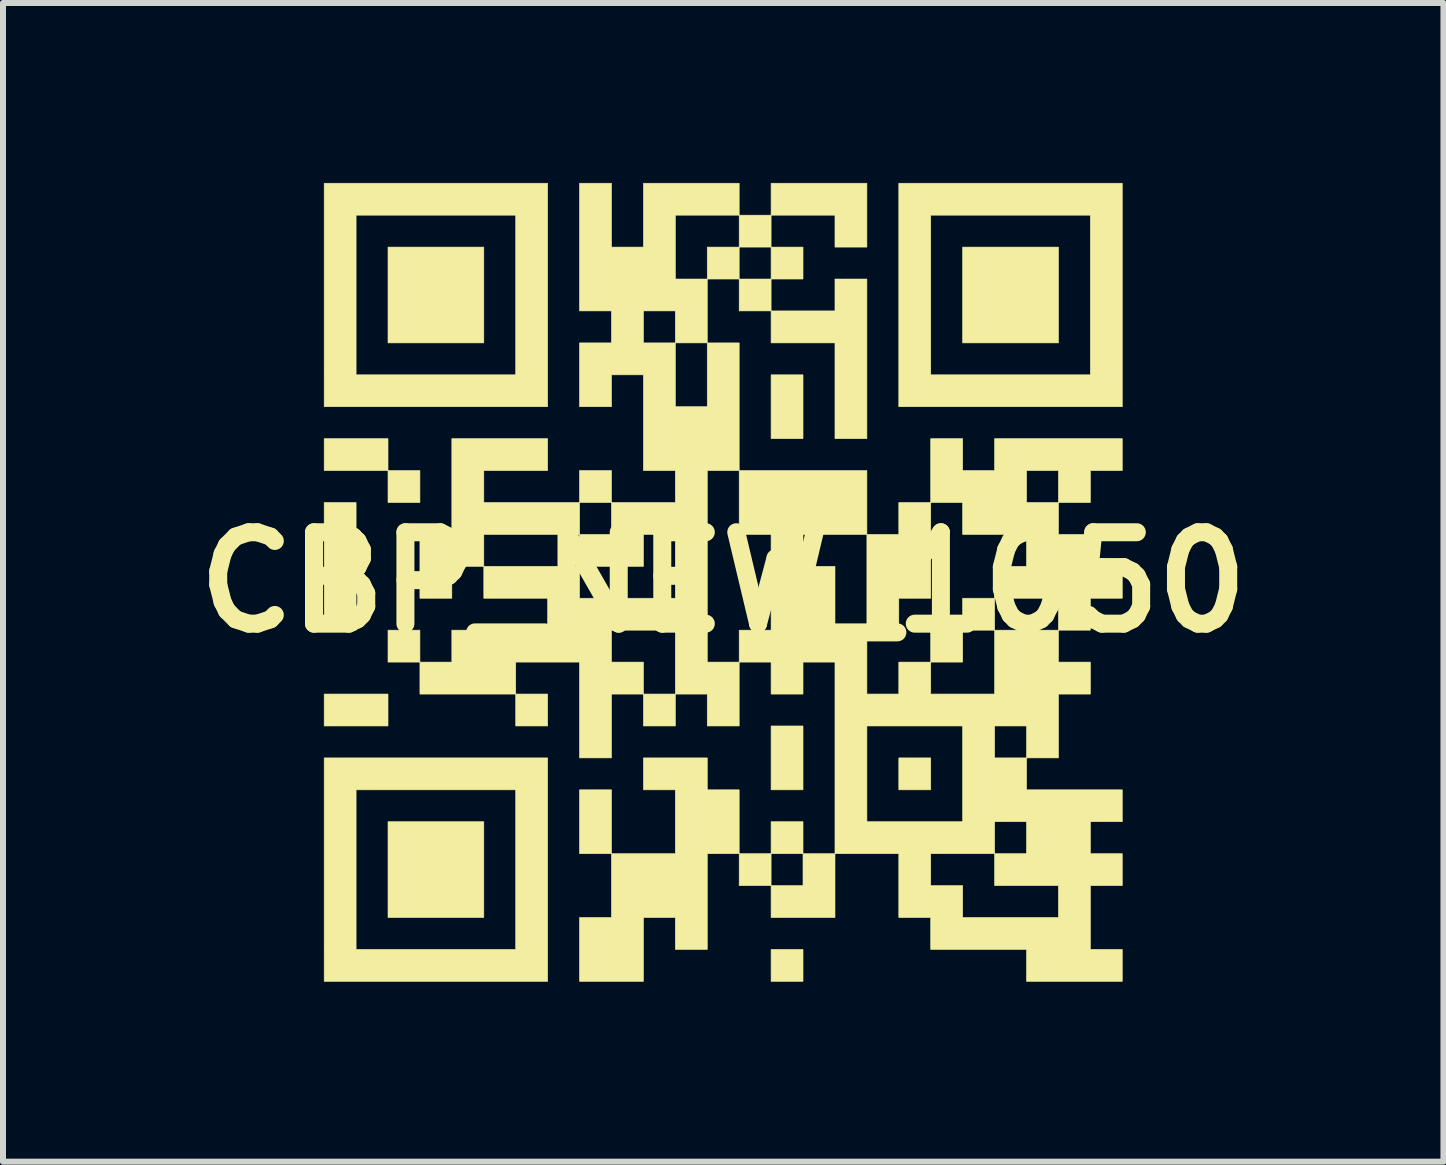
<source format=kicad_pcb>
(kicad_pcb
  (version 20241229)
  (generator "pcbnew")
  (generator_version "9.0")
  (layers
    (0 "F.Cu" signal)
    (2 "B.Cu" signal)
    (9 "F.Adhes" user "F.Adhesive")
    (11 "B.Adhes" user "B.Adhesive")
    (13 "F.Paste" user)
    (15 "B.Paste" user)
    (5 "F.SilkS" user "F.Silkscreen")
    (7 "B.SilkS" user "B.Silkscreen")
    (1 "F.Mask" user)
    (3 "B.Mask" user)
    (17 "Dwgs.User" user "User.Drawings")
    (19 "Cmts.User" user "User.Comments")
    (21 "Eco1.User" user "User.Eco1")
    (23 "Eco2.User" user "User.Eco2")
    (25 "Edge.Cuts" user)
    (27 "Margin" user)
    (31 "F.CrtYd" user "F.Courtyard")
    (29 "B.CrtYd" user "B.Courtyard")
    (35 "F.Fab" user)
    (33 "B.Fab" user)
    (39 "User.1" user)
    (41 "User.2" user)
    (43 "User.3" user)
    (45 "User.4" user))
  (footprint "CBP_NEW_1050"
    (layer "F.Cu")
    (at 9.006 6.657)
    (property "Reference" "CBP_NEW_1050" (at 0 0 0) (layer "F.SilkS") (effects (font (size 1.524 1.524) (thickness 0.3))))
    (attr through_hole)
    (fp_poly (pts (xy -6.12 0.798) (xy -6.652 0.798) (xy -6.652 -1.33) (xy -6.12 -1.33) (xy -6.12 0.798)) (stroke (width 0.01) (type solid)) (fill yes) (layer "F.SilkS"))
    (fp_poly (pts (xy -5.588 -1.863) (xy -6.652 -1.863) (xy -6.652 -2.395) (xy -5.588 -2.395) (xy -5.588 -1.863)) (stroke (width 0.01) (type solid)) (fill yes) (layer "F.SilkS"))
    (fp_poly (pts (xy -5.588 2.395) (xy -6.652 2.395) (xy -6.652 1.863) (xy -5.588 1.863) (xy -5.588 2.395)) (stroke (width 0.01) (type solid)) (fill yes) (layer "F.SilkS"))
    (fp_poly (pts (xy -5.056 -1.33) (xy -5.588 -1.33) (xy -5.588 -1.863) (xy -5.056 -1.863) (xy -5.056 -1.33)) (stroke (width 0.01) (type solid)) (fill yes) (layer "F.SilkS"))
    (fp_poly (pts (xy -5.056 1.33) (xy -5.588 1.33) (xy -5.588 0.798) (xy -5.056 0.798) (xy -5.056 1.33)) (stroke (width 0.01) (type solid)) (fill yes) (layer "F.SilkS"))
    (fp_poly (pts (xy -3.991 -3.991) (xy -5.588 -3.991) (xy -5.588 -5.588) (xy -3.991 -5.588) (xy -3.991 -3.991)) (stroke (width 0.01) (type solid)) (fill yes) (layer "F.SilkS"))
    (fp_poly (pts (xy -3.991 5.588) (xy -5.588 5.588) (xy -5.588 3.991) (xy -3.991 3.991) (xy -3.991 5.588)) (stroke (width 0.01) (type solid)) (fill yes) (layer "F.SilkS"))
    (fp_poly (pts (xy -2.927 2.395) (xy -3.459 2.395) (xy -3.459 1.863) (xy -2.927 1.863) (xy -2.927 2.395)) (stroke (width 0.01) (type solid)) (fill yes) (layer "F.SilkS"))
    (fp_poly (pts (xy -1.863 4.524) (xy -2.395 4.524) (xy -2.395 3.459) (xy -1.863 3.459) (xy -1.863 4.524)) (stroke (width 0.01) (type solid)) (fill yes) (layer "F.SilkS"))
    (fp_poly (pts (xy 0.798 -4.524) (xy 0.266 -4.524) (xy 0.266 -5.056) (xy 0.798 -5.056) (xy 0.798 -4.524)) (stroke (width 0.01) (type solid)) (fill yes) (layer "F.SilkS"))
    (fp_poly (pts (xy 1.33 -5.056) (xy 0.798 -5.056) (xy 0.798 -5.588) (xy 1.33 -5.588) (xy 1.33 -5.056)) (stroke (width 0.01) (type solid)) (fill yes) (layer "F.SilkS"))
    (fp_poly (pts (xy 1.33 -2.395) (xy 0.798 -2.395) (xy 0.798 -3.459) (xy 1.33 -3.459) (xy 1.33 -2.395)) (stroke (width 0.01) (type solid)) (fill yes) (layer "F.SilkS"))
    (fp_poly (pts (xy 1.33 3.459) (xy 0.798 3.459) (xy 0.798 2.395) (xy 1.33 2.395) (xy 1.33 3.459)) (stroke (width 0.01) (type solid)) (fill yes) (layer "F.SilkS"))
    (fp_poly (pts (xy 1.33 6.652) (xy 0.798 6.652) (xy 0.798 6.12) (xy 1.33 6.12) (xy 1.33 6.652)) (stroke (width 0.01) (type solid)) (fill yes) (layer "F.SilkS"))
    (fp_poly (pts (xy 3.459 3.459) (xy 2.927 3.459) (xy 2.927 2.927) (xy 3.459 2.927) (xy 3.459 3.459)) (stroke (width 0.01) (type solid)) (fill yes) (layer "F.SilkS"))
    (fp_poly (pts (xy 3.991 1.33) (xy 3.459 1.33) (xy 3.459 0.798) (xy 3.991 0.798) (xy 3.991 1.33)) (stroke (width 0.01) (type solid)) (fill yes) (layer "F.SilkS"))
    (fp_poly (pts (xy 4.524 0.798) (xy 3.991 0.798) (xy 3.991 0.266) (xy 4.524 0.266) (xy 4.524 0.798)) (stroke (width 0.01) (type solid)) (fill yes) (layer "F.SilkS"))
    (fp_poly (pts (xy 5.588 -3.991) (xy 3.991 -3.991) (xy 3.991 -5.588) (xy 5.588 -5.588) (xy 5.588 -3.991)) (stroke (width 0.01) (type solid)) (fill yes) (layer "F.SilkS"))
    (fp_poly (pts (xy 2.395 -5.588) (xy 1.863 -5.588) (xy 1.863 -6.12) (xy 0.798 -6.12) (xy 0.798 -6.652) (xy 2.395 -6.652) (xy 2.395 -5.588)) (stroke (width 0.01) (type solid)) (fill yes) (layer "F.SilkS"))
    (fp_poly (pts (xy 2.395 -2.395) (xy 1.863 -2.395) (xy 1.863 -3.991) (xy 0.798 -3.991) (xy 0.798 -4.524) (xy 1.863 -4.524) (xy 1.863 -5.056) (xy 2.395 -5.056) (xy 2.395 -2.395)) (stroke (width 0.01) (type solid)) (fill yes) (layer "F.SilkS"))
    (fp_poly (pts (xy -2.927 -2.927) (xy -6.652 -2.927) (xy -6.652 -6.12) (xy -6.12 -6.12) (xy -6.12 -3.459) (xy -3.459 -3.459) (xy -3.459 -6.12) (xy -6.12 -6.12) (xy -6.652 -6.12) (xy -6.652 -6.652) (xy -2.927 -6.652) (xy -2.927 -2.927)) (stroke (width 0.01) (type solid)) (fill yes) (layer "F.SilkS"))
    (fp_poly (pts (xy -2.927 6.652) (xy -6.652 6.652) (xy -6.652 3.459) (xy -6.12 3.459) (xy -6.12 6.12) (xy -3.459 6.12) (xy -3.459 3.459) (xy -6.12 3.459) (xy -6.652 3.459) (xy -6.652 2.927) (xy -2.927 2.927) (xy -2.927 6.652)) (stroke (width 0.01) (type solid)) (fill yes) (layer "F.SilkS"))
    (fp_poly (pts (xy 6.652 -2.927) (xy 2.927 -2.927) (xy 2.927 -6.12) (xy 3.459 -6.12) (xy 3.459 -3.459) (xy 6.12 -3.459) (xy 6.12 -6.12) (xy 3.459 -6.12) (xy 2.927 -6.12) (xy 2.927 -6.652) (xy 6.652 -6.652) (xy 6.652 -2.927)) (stroke (width 0.01) (type solid)) (fill yes) (layer "F.SilkS"))
    (fp_poly (pts (xy 1.863 4.524) (xy 1.863 5.588) (xy 0.798 5.588) (xy 0.798 5.056) (xy 0.266 5.056) (xy 0.266 4.524) (xy 0.798 4.524) (xy 0.798 5.056) (xy 1.33 5.056) (xy 1.33 4.524) (xy 0.798 4.524) (xy 0.798 3.991) (xy 1.33 3.991) (xy 1.33 4.524) (xy 1.863 4.524)) (stroke (width 0.01) (type solid)) (fill yes) (layer "F.SilkS"))
    (fp_poly (pts (xy -0.266 3.459) (xy 0.266 3.459) (xy 0.266 4.524) (xy -0.266 4.524) (xy -0.266 6.12) (xy -0.798 6.12) (xy -0.798 5.588) (xy -1.33 5.588) (xy -1.33 6.652) (xy -2.395 6.652) (xy -2.395 5.588) (xy -1.863 5.588) (xy -1.863 4.524) (xy -0.798 4.524) (xy -0.798 3.459) (xy -1.33 3.459) (xy -1.33 2.927) (xy -0.266 2.927) (xy -0.266 3.459)) (stroke (width 0.01) (type solid)) (fill yes) (layer "F.SilkS"))
    (fp_poly (pts (xy 0.266 -3.991) (xy 0.266 -1.863) (xy -0.266 -1.863) (xy -0.266 1.33) (xy 0.266 1.33) (xy 0.266 2.395) (xy -0.266 2.395) (xy -0.266 1.863) (xy -0.798 1.863) (xy -0.798 2.395) (xy -1.33 2.395) (xy -1.33 1.863) (xy -1.863 1.863) (xy -1.863 2.927) (xy -2.395 2.927) (xy -2.395 1.33) (xy -3.459 1.33) (xy -3.459 1.863) (xy -5.056 1.863) (xy -5.056 1.33) (xy -4.524 1.33) (xy -4.524 0.798) (xy -2.927 0.798) (xy -1.863 0.798) (xy -1.863 1.33) (xy -1.33 1.33) (xy -1.33 1.863) (xy -0.798 1.863) (xy -0.798 0.798) (xy -1.863 0.798) (xy -2.927 0.798) (xy -2.927 0.266) (xy -3.991 0.266) (xy -3.991 -0.266) (xy -4.524 -0.266) (xy -4.524 0.266) (xy -5.056 0.266) (xy -5.056 -0.798) (xy -4.524 -0.798) (xy -3.991 -0.798) (xy -3.991 -0.266) (xy -2.395 -0.266) (xy -2.395 0.266) (xy -0.798 0.266) (xy -0.798 -0.798) (xy -1.33 -0.798) (xy -1.33 -0.266) (xy -2.395 -0.266) (xy -2.395 -0.798) (xy -3.991 -0.798) (xy -4.524 -0.798) (xy -4.524 -2.395) (xy -2.927 -2.395) (xy -2.927 -1.863) (xy -3.991 -1.863) (xy -3.991 -1.33) (xy -2.395 -1.33) (xy -2.395 -0.798) (xy -1.863 -0.798) (xy -1.863 -1.33) (xy -2.395 -1.33) (xy -2.395 -1.863) (xy -1.863 -1.863) (xy -1.863 -1.33) (xy -0.798 -1.33) (xy -0.798 -1.863) (xy -1.33 -1.863) (xy -1.33 -3.459) (xy -1.863 -3.459) (xy -1.863 -2.927) (xy -2.395 -2.927) (xy -2.395 -3.991) (xy -1.863 -3.991) (xy -1.863 -4.524) (xy -1.33 -4.524) (xy -1.33 -3.991) (xy -0.798 -3.991) (xy -0.798 -2.927) (xy -0.266 -2.927) (xy -0.266 -3.991) (xy -0.798 -3.991) (xy -0.798 -4.524) (xy -1.33 -4.524) (xy -1.863 -4.524) (xy -2.395 -4.524) (xy -2.395 -6.652) (xy -1.863 -6.652) (xy -1.863 -5.588) (xy -1.33 -5.588) (xy -1.33 -6.12) (xy -0.798 -6.12) (xy -0.798 -5.056) (xy -0.266 -5.056) (xy -0.266 -5.588) (xy 0.266 -5.588) (xy 0.266 -6.12) (xy -0.798 -6.12) (xy -1.33 -6.12) (xy -1.33 -6.652) (xy 0.266 -6.652) (xy 0.266 -6.12) (xy 0.798 -6.12) (xy 0.798 -5.588) (xy 0.266 -5.588) (xy 0.266 -5.056) (xy -0.266 -5.056) (xy -0.266 -3.991) (xy 0.266 -3.991)) (stroke (width 0.01) (type solid)) (fill yes) (layer "F.SilkS"))
    (fp_poly (pts (xy 3.991 -1.863) (xy 4.524 -1.863) (xy 5.056 -1.863) (xy 5.056 -1.33) (xy 5.588 -1.33) (xy 5.588 -1.863) (xy 5.056 -1.863) (xy 4.524 -1.863) (xy 4.524 -2.395) (xy 6.652 -2.395) (xy 6.652 -1.863) (xy 6.12 -1.863) (xy 6.12 -1.33) (xy 5.588 -1.33) (xy 5.588 -0.798) (xy 6.12 -0.798) (xy 6.12 -0.266) (xy 6.652 -0.266) (xy 6.652 0.266) (xy 6.12 0.266) (xy 6.12 0.798) (xy 5.588 0.798) (xy 5.588 1.33) (xy 6.12 1.33) (xy 6.12 1.863) (xy 5.588 1.863) (xy 5.588 2.927) (xy 5.056 2.927) (xy 5.056 3.459) (xy 6.652 3.459) (xy 6.652 3.991) (xy 6.12 3.991) (xy 6.12 4.524) (xy 6.652 4.524) (xy 6.652 5.056) (xy 6.12 5.056) (xy 6.12 6.12) (xy 6.652 6.12) (xy 6.652 6.652) (xy 5.056 6.652) (xy 5.056 6.12) (xy 3.459 6.12) (xy 3.459 5.588) (xy 2.927 5.588) (xy 2.927 4.524) (xy 3.459 4.524) (xy 3.459 5.056) (xy 3.991 5.056) (xy 3.991 5.588) (xy 5.588 5.588) (xy 5.588 5.056) (xy 4.524 5.056) (xy 4.524 4.524) (xy 3.459 4.524) (xy 2.927 4.524) (xy 1.863 4.524) (xy 1.863 2.395) (xy 2.395 2.395) (xy 2.395 3.991) (xy 3.991 3.991) (xy 4.524 3.991) (xy 4.524 4.524) (xy 5.056 4.524) (xy 5.056 3.991) (xy 4.524 3.991) (xy 3.991 3.991) (xy 3.991 2.395) (xy 4.524 2.395) (xy 4.524 2.927) (xy 5.056 2.927) (xy 5.056 2.395) (xy 4.524 2.395) (xy 3.991 2.395) (xy 2.395 2.395) (xy 1.863 2.395) (xy 1.863 1.33) (xy 1.33 1.33) (xy 1.33 1.863) (xy 0.798 1.863) (xy 0.798 1.33) (xy 0.266 1.33) (xy 0.266 0.798) (xy 0.798 0.798) (xy 0.798 -0.798) (xy 1.33 -0.798) (xy 1.33 -0.266) (xy 1.863 -0.266) (xy 1.863 0.798) (xy 2.395 0.798) (xy 2.395 1.863) (xy 2.927 1.863) (xy 2.927 1.33) (xy 3.459 1.33) (xy 3.459 1.863) (xy 4.524 1.863) (xy 4.524 0.798) (xy 5.588 0.798) (xy 5.588 0.266) (xy 4.524 0.266) (xy 4.524 -0.266) (xy 5.056 -0.266) (xy 5.056 -0.798) (xy 3.991 -0.798) (xy 3.991 -1.33) (xy 3.459 -1.33) (xy 3.459 0.266) (xy 2.927 0.266) (xy 2.927 0.798) (xy 2.395 0.798) (xy 2.395 -0.798) (xy 1.33 -0.798) (xy 0.798 -0.798) (xy 0.266 -0.798) (xy 0.266 -1.863) (xy 2.395 -1.863) (xy 2.395 -0.798) (xy 2.927 -0.798) (xy 2.927 -1.33) (xy 3.459 -1.33) (xy 3.459 -2.395) (xy 3.991 -2.395) (xy 3.991 -1.863)) (stroke (width 0.01) (type solid)) (fill yes) (layer "F.SilkS")))
  (gr_rect
    (start -3 -3)
    (end 21.012 16.315)
    (stroke (width 0.1) (type default))
    (fill no)
    (layer "Edge.Cuts")))
</source>
